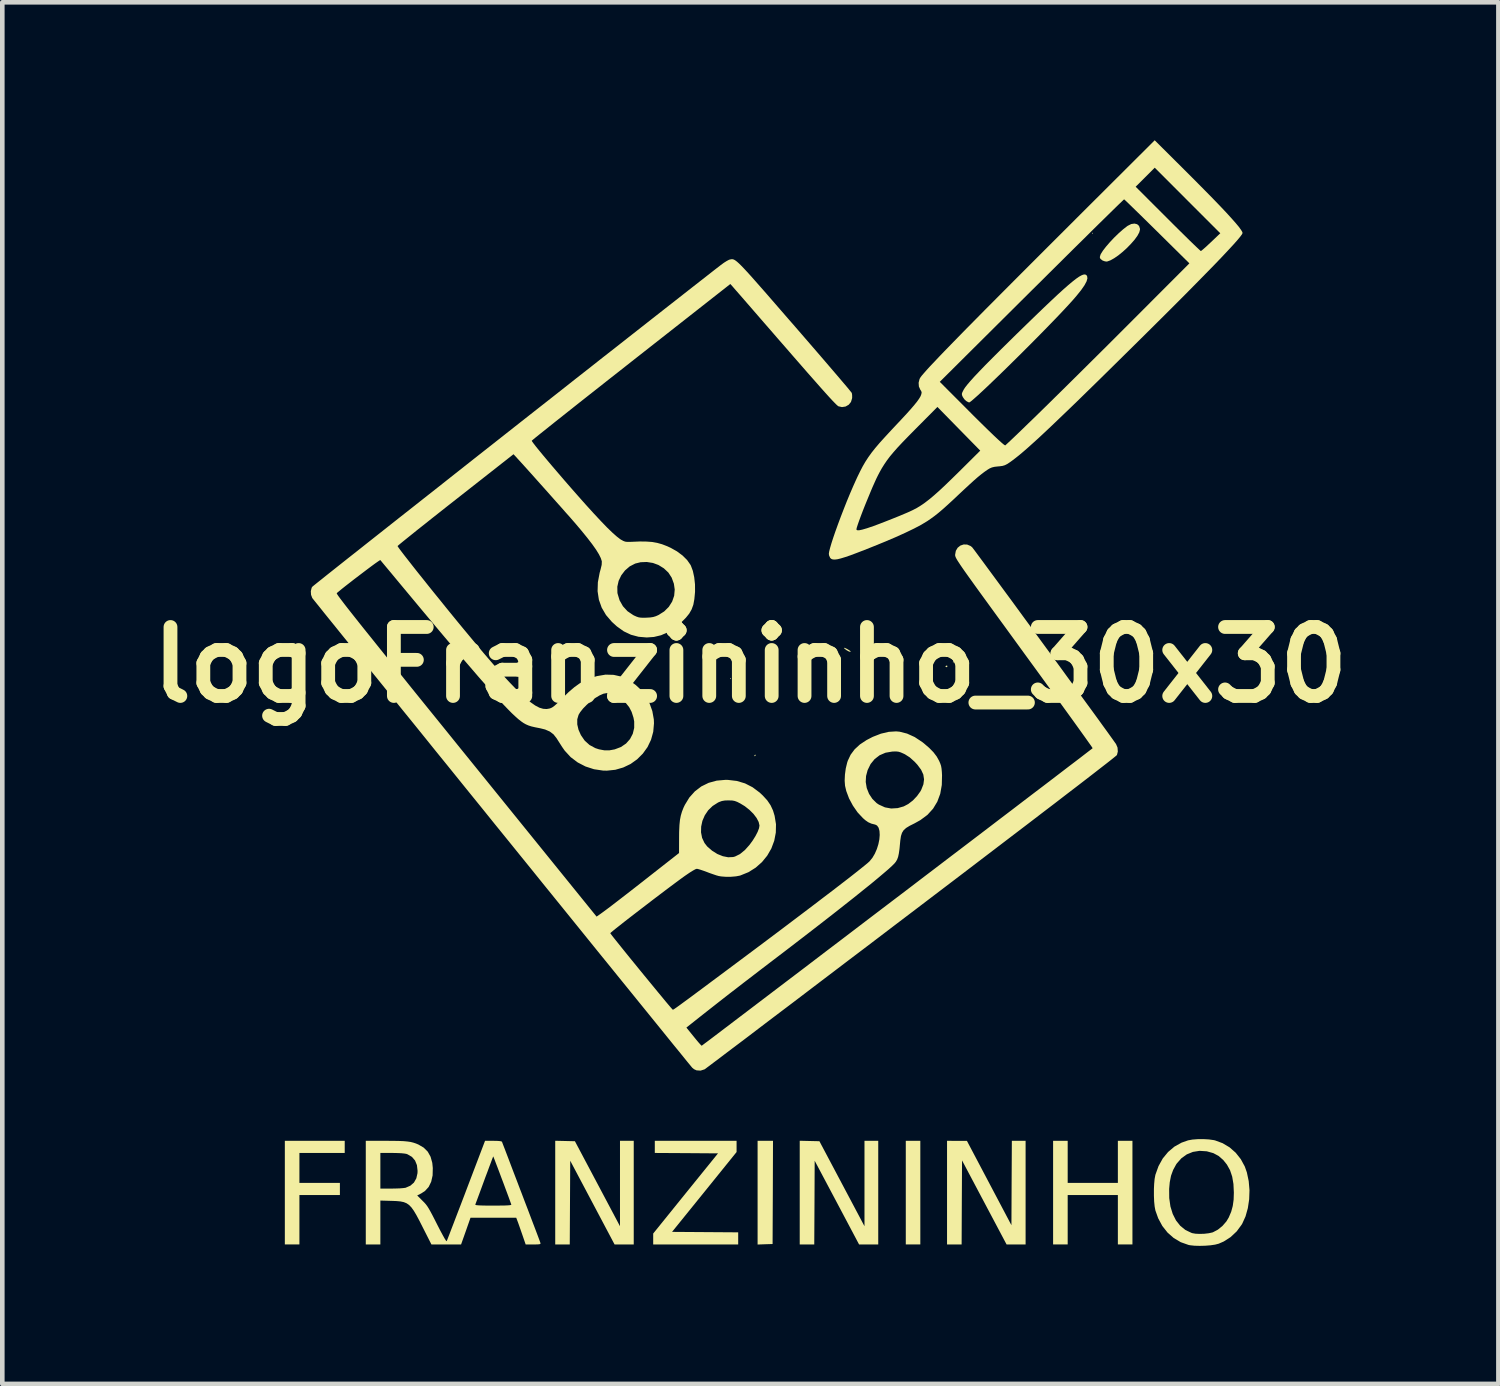
<source format=kicad_pcb>
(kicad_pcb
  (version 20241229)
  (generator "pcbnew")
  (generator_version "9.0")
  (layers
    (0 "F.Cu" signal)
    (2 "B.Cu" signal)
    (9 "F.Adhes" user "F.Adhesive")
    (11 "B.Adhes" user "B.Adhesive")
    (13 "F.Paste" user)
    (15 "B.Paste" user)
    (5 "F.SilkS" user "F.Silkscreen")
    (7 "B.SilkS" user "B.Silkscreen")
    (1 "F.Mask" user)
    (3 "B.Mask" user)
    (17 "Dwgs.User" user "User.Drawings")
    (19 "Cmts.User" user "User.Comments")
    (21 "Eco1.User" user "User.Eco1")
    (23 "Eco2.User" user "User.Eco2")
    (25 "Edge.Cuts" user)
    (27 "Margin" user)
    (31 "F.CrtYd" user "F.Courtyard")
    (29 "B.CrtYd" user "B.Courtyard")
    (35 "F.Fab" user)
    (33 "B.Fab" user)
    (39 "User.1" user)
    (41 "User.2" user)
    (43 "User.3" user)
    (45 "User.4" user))
  (footprint "logoFranzininho_30x30"
    (layer "F.Cu")
    (at 13.264 11.404)
    (property "Reference" "logoFranzininho_30x30" (at 0 0 0) (layer "F.SilkS") (effects (font (size 1.5 1.5) (thickness 0.3))))
    (attr board_only exclude_from_pos_files exclude_from_bom)
    (fp_poly (pts (xy -0.428 0.288) (xy -0.426 0.308) (xy -0.428 0.311) (xy -0.439 0.309) (xy -0.44 0.299) (xy -0.434 0.285)) (stroke (width 0) (type solid)) (fill yes) (layer "F.SilkS"))
    (fp_poly (pts (xy 7.44 -9.394) (xy 7.442 -9.373) (xy 7.44 -9.37) (xy 7.429 -9.373) (xy 7.428 -9.382) (xy 7.435 -9.396)) (stroke (width 0) (type solid)) (fill yes) (layer "F.SilkS"))
    (fp_poly (pts (xy 0.117 1.965) (xy 0.114 1.971) (xy 0.099 1.988) (xy 0.096 1.989) (xy 0.088 1.975) (xy 0.088 1.971) (xy 0.102 1.955) (xy 0.107 1.954)) (stroke (width 0) (type solid)) (fill yes) (layer "F.SilkS"))
    (fp_poly (pts (xy 0.489 11.472) (xy 0.484 12.594) (xy 0.321 12.599) (xy 0.158 12.605) (xy 0.158 11.477) (xy 0.158 10.35) (xy 0.326 10.35) (xy 0.493 10.35)) (stroke (width 0) (type solid)) (fill yes) (layer "F.SilkS"))
    (fp_poly (pts (xy 3.696 11.477) (xy 3.696 12.603) (xy 3.538 12.603) (xy 3.38 12.603) (xy 3.38 11.477) (xy 3.38 10.35) (xy 3.538 10.35) (xy 3.696 10.35)) (stroke (width 0) (type solid)) (fill yes) (layer "F.SilkS"))
    (fp_poly (pts (xy 4.288 0.026) (xy 4.286 0.035) (xy 4.264 0.052) (xy 4.259 0.053) (xy 4.243 0.039) (xy 4.242 0.035) (xy 4.256 0.02) (xy 4.27 0.018)) (stroke (width 0) (type solid)) (fill yes) (layer "F.SilkS"))
    (fp_poly (pts (xy 4.453 -0.07) (xy 4.439 -0.055) (xy 4.427 -0.053) (xy 4.403 -0.057) (xy 4.401 -0.06) (xy 4.414 -0.071) (xy 4.427 -0.077) (xy 4.45 -0.077)) (stroke (width 0) (type solid)) (fill yes) (layer "F.SilkS"))
    (fp_poly (pts (xy 2.066 -0.362) (xy 2.106 -0.343) (xy 2.146 -0.319) (xy 2.175 -0.298) (xy 2.183 -0.289) (xy 2.17 -0.281) (xy 2.137 -0.292) (xy 2.09 -0.318) (xy 2.078 -0.327) (xy 2.046 -0.352) (xy 2.036 -0.368) (xy 2.04 -0.37)) (stroke (width 0) (type solid)) (fill yes) (layer "F.SilkS"))
    (fp_poly (pts (xy -8.819 10.482) (xy -8.819 10.614) (xy -9.312 10.614) (xy -9.804 10.614) (xy -9.804 10.94) (xy -9.804 11.265) (xy -9.364 11.265) (xy -8.924 11.265) (xy -8.924 11.397) (xy -8.924 11.529) (xy -9.364 11.529) (xy -9.804 11.529) (xy -9.804 12.066) (xy -9.804 12.603) (xy -9.963 12.603) (xy -10.121 12.603) (xy -10.121 11.477) (xy -10.121 10.35) (xy -9.47 10.35) (xy -8.819 10.35)) (stroke (width 0) (type solid)) (fill yes) (layer "F.SilkS"))
    (fp_poly (pts (xy -4.028 10.354) (xy -3.814 10.359) (xy -3.324 11.283) (xy -2.834 12.207) (xy -2.834 11.279) (xy -2.834 10.35) (xy -2.684 10.35) (xy -2.535 10.35) (xy -2.535 11.477) (xy -2.535 12.603) (xy -2.743 12.603) (xy -2.952 12.603) (xy -3.434 11.693) (xy -3.916 10.783) (xy -3.921 11.693) (xy -3.926 12.603) (xy -4.084 12.603) (xy -4.242 12.603) (xy -4.242 11.476) (xy -4.242 10.349)) (stroke (width 0) (type solid)) (fill yes) (layer "F.SilkS"))
    (fp_poly (pts (xy -0.299 10.472) (xy -0.299 10.594) (xy -1 11.462) (xy -1.702 12.33) (xy -0.983 12.335) (xy -0.264 12.34) (xy -0.264 12.471) (xy -0.264 12.603) (xy -1.188 12.603) (xy -2.112 12.603) (xy -2.112 12.484) (xy -2.112 12.366) (xy -1.408 11.494) (xy -0.703 10.623) (xy -1.39 10.618) (xy -2.077 10.614) (xy -2.077 10.482) (xy -2.077 10.35) (xy -1.188 10.35) (xy -0.299 10.35)) (stroke (width 0) (type solid)) (fill yes) (layer "F.SilkS"))
    (fp_poly (pts (xy 1.288 10.354) (xy 1.502 10.359) (xy 1.992 11.283) (xy 2.482 12.207) (xy 2.482 11.279) (xy 2.482 10.35) (xy 2.632 10.35) (xy 2.781 10.35) (xy 2.781 11.477) (xy 2.781 12.603) (xy 2.573 12.603) (xy 2.364 12.603) (xy 1.882 11.693) (xy 1.399 10.783) (xy 1.395 11.693) (xy 1.39 12.603) (xy 1.232 12.603) (xy 1.074 12.603) (xy 1.074 11.476) (xy 1.074 10.349)) (stroke (width 0) (type solid)) (fill yes) (layer "F.SilkS"))
    (fp_poly (pts (xy 5.985 11.477) (xy 5.985 12.603) (xy 5.778 12.603) (xy 5.571 12.603) (xy 5.087 11.69) (xy 4.603 10.776) (xy 4.598 11.69) (xy 4.594 12.603) (xy 4.436 12.603) (xy 4.277 12.603) (xy 4.277 11.477) (xy 4.277 10.35) (xy 4.493 10.351) (xy 4.709 10.351) (xy 5.193 11.268) (xy 5.677 12.185) (xy 5.681 11.267) (xy 5.686 10.35) (xy 5.835 10.35) (xy 5.985 10.35)) (stroke (width 0) (type solid)) (fill yes) (layer "F.SilkS"))
    (fp_poly (pts (xy 6.9 10.808) (xy 6.9 11.265) (xy 7.446 11.265) (xy 7.991 11.265) (xy 7.991 10.808) (xy 7.991 10.35) (xy 8.15 10.35) (xy 8.308 10.35) (xy 8.308 11.477) (xy 8.308 12.603) (xy 8.15 12.603) (xy 7.991 12.603) (xy 7.991 12.066) (xy 7.991 11.529) (xy 7.446 11.529) (xy 6.9 11.529) (xy 6.9 12.066) (xy 6.9 12.603) (xy 6.742 12.603) (xy 6.583 12.603) (xy 6.583 11.477) (xy 6.583 10.35) (xy 6.742 10.35) (xy 6.9 10.35)) (stroke (width 0) (type solid)) (fill yes) (layer "F.SilkS"))
    (fp_poly (pts (xy 8.41 -9.579) (xy 8.452 -9.542) (xy 8.471 -9.483) (xy 8.472 -9.461) (xy 8.456 -9.401) (xy 8.416 -9.327) (xy 8.355 -9.243) (xy 8.278 -9.155) (xy 8.191 -9.065) (xy 8.098 -8.98) (xy 8.003 -8.903) (xy 7.912 -8.84) (xy 7.83 -8.794) (xy 7.761 -8.769) (xy 7.736 -8.767) (xy 7.695 -8.776) (xy 7.655 -8.792) (xy 7.612 -8.825) (xy 7.598 -8.863) (xy 7.613 -8.915) (xy 7.621 -8.932) (xy 7.666 -9.004) (xy 7.734 -9.092) (xy 7.817 -9.188) (xy 7.91 -9.287) (xy 8.007 -9.381) (xy 8.103 -9.466) (xy 8.19 -9.534) (xy 8.206 -9.545) (xy 8.282 -9.583) (xy 8.352 -9.593)) (stroke (width 0) (type solid)) (fill yes) (layer "F.SilkS"))
    (fp_poly (pts (xy 7.294 -8.481) (xy 7.313 -8.465) (xy 7.322 -8.451) (xy 7.329 -8.403) (xy 7.311 -8.337) (xy 7.265 -8.251) (xy 7.192 -8.146) (xy 7.092 -8.022) (xy 7.012 -7.929) (xy 6.925 -7.833) (xy 6.822 -7.722) (xy 6.706 -7.599) (xy 6.578 -7.466) (xy 6.442 -7.326) (xy 6.298 -7.179) (xy 6.15 -7.029) (xy 5.999 -6.878) (xy 5.848 -6.727) (xy 5.698 -6.579) (xy 5.552 -6.435) (xy 5.411 -6.298) (xy 5.279 -6.171) (xy 5.157 -6.054) (xy 5.047 -5.951) (xy 4.951 -5.862) (xy 4.872 -5.792) (xy 4.812 -5.74) (xy 4.772 -5.71) (xy 4.757 -5.704) (xy 4.734 -5.712) (xy 4.697 -5.733) (xy 4.695 -5.734) (xy 4.655 -5.771) (xy 4.621 -5.82) (xy 4.618 -5.825) (xy 4.603 -5.861) (xy 4.599 -5.89) (xy 4.609 -5.923) (xy 4.635 -5.974) (xy 4.637 -5.979) (xy 4.667 -6.026) (xy 4.715 -6.088) (xy 4.783 -6.168) (xy 4.871 -6.266) (xy 4.981 -6.382) (xy 5.112 -6.518) (xy 5.267 -6.674) (xy 5.445 -6.852) (xy 5.648 -7.052) (xy 5.782 -7.184) (xy 6.008 -7.404) (xy 6.21 -7.6) (xy 6.39 -7.773) (xy 6.549 -7.924) (xy 6.689 -8.055) (xy 6.811 -8.166) (xy 6.916 -8.258) (xy 7.006 -8.333) (xy 7.081 -8.392) (xy 7.144 -8.436) (xy 7.195 -8.465) (xy 7.236 -8.482) (xy 7.269 -8.487)) (stroke (width 0) (type solid)) (fill yes) (layer "F.SilkS"))
    (fp_poly (pts (xy 9.972 10.32) (xy 10.077 10.335) (xy 10.104 10.341) (xy 10.269 10.402) (xy 10.42 10.492) (xy 10.553 10.609) (xy 10.664 10.749) (xy 10.751 10.909) (xy 10.796 11.037) (xy 10.836 11.227) (xy 10.853 11.424) (xy 10.846 11.622) (xy 10.817 11.814) (xy 10.767 11.993) (xy 10.696 12.15) (xy 10.681 12.175) (xy 10.574 12.32) (xy 10.443 12.443) (xy 10.293 12.539) (xy 10.183 12.587) (xy 10.106 12.607) (xy 10.004 12.622) (xy 9.888 12.631) (xy 9.77 12.634) (xy 9.658 12.631) (xy 9.564 12.621) (xy 9.528 12.614) (xy 9.358 12.554) (xy 9.205 12.463) (xy 9.071 12.345) (xy 8.958 12.202) (xy 8.868 12.035) (xy 8.807 11.864) (xy 8.791 11.779) (xy 8.78 11.67) (xy 8.775 11.545) (xy 8.775 11.415) (xy 8.775 11.397) (xy 9.106 11.397) (xy 9.108 11.596) (xy 9.134 11.778) (xy 9.184 11.94) (xy 9.255 12.081) (xy 9.348 12.198) (xy 9.46 12.289) (xy 9.59 12.351) (xy 9.611 12.358) (xy 9.68 12.37) (xy 9.771 12.374) (xy 9.87 12.371) (xy 9.966 12.36) (xy 10.044 12.343) (xy 10.059 12.338) (xy 10.165 12.282) (xy 10.265 12.201) (xy 10.351 12.102) (xy 10.402 12.017) (xy 10.455 11.892) (xy 10.489 11.767) (xy 10.508 11.631) (xy 10.513 11.477) (xy 10.504 11.289) (xy 10.477 11.129) (xy 10.43 10.989) (xy 10.362 10.867) (xy 10.283 10.768) (xy 10.181 10.679) (xy 10.067 10.618) (xy 9.931 10.58) (xy 9.921 10.578) (xy 9.768 10.568) (xy 9.623 10.591) (xy 9.49 10.645) (xy 9.372 10.73) (xy 9.272 10.843) (xy 9.258 10.864) (xy 9.193 10.983) (xy 9.147 11.109) (xy 9.119 11.252) (xy 9.106 11.397) (xy 8.775 11.397) (xy 8.78 11.29) (xy 8.79 11.18) (xy 8.806 11.094) (xy 8.807 11.089) (xy 8.875 10.9) (xy 8.967 10.734) (xy 9.083 10.593) (xy 9.22 10.477) (xy 9.376 10.39) (xy 9.518 10.34) (xy 9.612 10.323) (xy 9.727 10.314) (xy 9.852 10.313)) (stroke (width 0) (type solid)) (fill yes) (layer "F.SilkS"))
    (fp_poly (pts (xy -7.773 10.351) (xy -7.645 10.353) (xy -7.541 10.357) (xy -7.456 10.365) (xy -7.386 10.375) (xy -7.326 10.39) (xy -7.269 10.409) (xy -7.215 10.432) (xy -7.101 10.499) (xy -7.013 10.587) (xy -6.952 10.697) (xy -6.915 10.83) (xy -6.904 10.942) (xy -6.908 11.103) (xy -6.939 11.24) (xy -6.994 11.353) (xy -7.075 11.442) (xy -7.156 11.494) (xy -7.243 11.538) (xy -7.128 11.653) (xy -7.09 11.691) (xy -7.057 11.728) (xy -7.026 11.769) (xy -6.994 11.819) (xy -6.958 11.882) (xy -6.914 11.964) (xy -6.86 12.069) (xy -6.813 12.162) (xy -6.745 12.295) (xy -6.689 12.399) (xy -6.647 12.474) (xy -6.618 12.519) (xy -6.603 12.532) (xy -6.601 12.531) (xy -6.593 12.511) (xy -6.573 12.46) (xy -6.543 12.383) (xy -6.504 12.28) (xy -6.456 12.156) (xy -6.402 12.014) (xy -6.341 11.855) (xy -6.295 11.736) (xy -5.98 11.736) (xy -5.976 11.743) (xy -5.955 11.749) (xy -5.914 11.753) (xy -5.849 11.756) (xy -5.757 11.758) (xy -5.634 11.758) (xy -5.589 11.758) (xy -5.455 11.758) (xy -5.353 11.757) (xy -5.28 11.754) (xy -5.231 11.75) (xy -5.205 11.745) (xy -5.196 11.738) (xy -5.197 11.736) (xy -5.221 11.669) (xy -5.252 11.583) (xy -5.289 11.483) (xy -5.33 11.373) (xy -5.373 11.257) (xy -5.417 11.141) (xy -5.459 11.028) (xy -5.498 10.925) (xy -5.533 10.834) (xy -5.56 10.762) (xy -5.58 10.712) (xy -5.589 10.69) (xy -5.59 10.689) (xy -5.597 10.706) (xy -5.615 10.752) (xy -5.641 10.823) (xy -5.676 10.915) (xy -5.716 11.024) (xy -5.762 11.145) (xy -5.783 11.203) (xy -5.83 11.331) (xy -5.873 11.448) (xy -5.911 11.551) (xy -5.942 11.635) (xy -5.965 11.696) (xy -5.978 11.731) (xy -5.98 11.736) (xy -6.295 11.736) (xy -6.275 11.683) (xy -6.205 11.5) (xy -6.178 11.428) (xy -5.768 10.35) (xy -5.588 10.35) (xy -5.496 10.352) (xy -5.437 10.357) (xy -5.405 10.366) (xy -5.399 10.372) (xy -5.392 10.392) (xy -5.373 10.442) (xy -5.343 10.519) (xy -5.304 10.621) (xy -5.257 10.744) (xy -5.203 10.887) (xy -5.143 11.045) (xy -5.077 11.217) (xy -5.008 11.399) (xy -4.981 11.468) (xy -4.911 11.653) (xy -4.843 11.83) (xy -4.781 11.994) (xy -4.724 12.144) (xy -4.674 12.275) (xy -4.632 12.386) (xy -4.599 12.474) (xy -4.576 12.536) (xy -4.565 12.568) (xy -4.563 12.572) (xy -4.563 12.587) (xy -4.574 12.596) (xy -4.604 12.601) (xy -4.658 12.603) (xy -4.72 12.603) (xy -4.885 12.603) (xy -4.953 12.405) (xy -4.984 12.316) (xy -5.014 12.23) (xy -5.04 12.156) (xy -5.055 12.115) (xy -5.09 12.022) (xy -5.587 12.022) (xy -6.084 12.022) (xy -6.186 12.313) (xy -6.289 12.603) (xy -6.612 12.603) (xy -6.934 12.603) (xy -7.119 12.238) (xy -7.195 12.088) (xy -7.259 11.968) (xy -7.316 11.872) (xy -7.368 11.799) (xy -7.42 11.745) (xy -7.474 11.708) (xy -7.535 11.683) (xy -7.607 11.668) (xy -7.692 11.66) (xy -7.796 11.656) (xy -7.802 11.656) (xy -8.044 11.649) (xy -8.044 12.126) (xy -8.044 12.603) (xy -8.203 12.603) (xy -8.361 12.603) (xy -8.361 11.477) (xy -8.361 10.614) (xy -8.044 10.614) (xy -8.044 11.001) (xy -8.044 11.389) (xy -7.802 11.389) (xy -7.707 11.387) (xy -7.62 11.384) (xy -7.548 11.378) (xy -7.502 11.372) (xy -7.496 11.371) (xy -7.392 11.326) (xy -7.314 11.258) (xy -7.262 11.166) (xy -7.237 11.054) (xy -7.235 11.002) (xy -7.249 10.879) (xy -7.29 10.778) (xy -7.357 10.7) (xy -7.452 10.644) (xy -7.479 10.634) (xy -7.52 10.627) (xy -7.587 10.62) (xy -7.674 10.616) (xy -7.772 10.614) (xy -7.792 10.614) (xy -8.044 10.614) (xy -8.361 10.614) (xy -8.361 10.35) (xy -7.932 10.35)) (stroke (width 0) (type solid)) (fill yes) (layer "F.SilkS"))
    (fp_poly (pts (xy 9.423 -10.776) (xy 9.658 -10.541) (xy 9.867 -10.33) (xy 10.052 -10.142) (xy 10.212 -9.976) (xy 10.349 -9.831) (xy 10.462 -9.707) (xy 10.553 -9.604) (xy 10.622 -9.521) (xy 10.669 -9.456) (xy 10.696 -9.411) (xy 10.702 -9.387) (xy 10.689 -9.359) (xy 10.651 -9.307) (xy 10.588 -9.231) (xy 10.5 -9.132) (xy 10.387 -9.01) (xy 10.25 -8.864) (xy 10.089 -8.696) (xy 9.903 -8.506) (xy 9.694 -8.293) (xy 9.462 -8.058) (xy 9.206 -7.801) (xy 8.927 -7.523) (xy 8.625 -7.223) (xy 8.432 -7.032) (xy 8.121 -6.725) (xy 7.834 -6.442) (xy 7.57 -6.182) (xy 7.326 -5.944) (xy 7.104 -5.727) (xy 6.9 -5.53) (xy 6.715 -5.353) (xy 6.548 -5.193) (xy 6.396 -5.05) (xy 6.26 -4.923) (xy 6.137 -4.812) (xy 6.028 -4.714) (xy 5.93 -4.629) (xy 5.843 -4.556) (xy 5.766 -4.495) (xy 5.698 -4.443) (xy 5.647 -4.406) (xy 5.583 -4.364) (xy 5.533 -4.339) (xy 5.482 -4.324) (xy 5.415 -4.315) (xy 5.387 -4.313) (xy 5.308 -4.304) (xy 5.251 -4.29) (xy 5.201 -4.268) (xy 5.152 -4.238) (xy 5.089 -4.194) (xy 5.021 -4.142) (xy 4.946 -4.081) (xy 4.86 -4.006) (xy 4.759 -3.914) (xy 4.639 -3.803) (xy 4.545 -3.715) (xy 4.404 -3.582) (xy 4.283 -3.471) (xy 4.179 -3.378) (xy 4.087 -3.3) (xy 4.002 -3.233) (xy 3.922 -3.175) (xy 3.842 -3.12) (xy 3.841 -3.12) (xy 3.717 -3.045) (xy 3.56 -2.962) (xy 3.371 -2.871) (xy 3.15 -2.771) (xy 2.897 -2.664) (xy 2.676 -2.574) (xy 2.48 -2.496) (xy 2.314 -2.432) (xy 2.176 -2.38) (xy 2.061 -2.341) (xy 1.969 -2.313) (xy 1.896 -2.295) (xy 1.839 -2.288) (xy 1.796 -2.29) (xy 1.764 -2.3) (xy 1.741 -2.319) (xy 1.735 -2.327) (xy 1.713 -2.375) (xy 1.707 -2.412) (xy 1.714 -2.462) (xy 1.734 -2.541) (xy 1.764 -2.644) (xy 1.804 -2.767) (xy 1.852 -2.907) (xy 1.865 -2.942) (xy 2.306 -2.942) (xy 2.32 -2.926) (xy 2.363 -2.924) (xy 2.435 -2.939) (xy 2.538 -2.969) (xy 2.576 -2.982) (xy 2.679 -3.017) (xy 2.805 -3.064) (xy 2.947 -3.119) (xy 3.096 -3.178) (xy 3.245 -3.238) (xy 3.385 -3.297) (xy 3.441 -3.321) (xy 3.531 -3.363) (xy 3.619 -3.409) (xy 3.706 -3.462) (xy 3.796 -3.524) (xy 3.892 -3.598) (xy 3.997 -3.686) (xy 4.115 -3.791) (xy 4.247 -3.915) (xy 4.397 -4.06) (xy 4.546 -4.206) (xy 4.999 -4.656) (xy 4.533 -5.131) (xy 4.068 -5.606) (xy 3.587 -5.122) (xy 3.438 -4.971) (xy 3.311 -4.84) (xy 3.204 -4.726) (xy 3.114 -4.624) (xy 3.037 -4.532) (xy 2.972 -4.446) (xy 2.914 -4.361) (xy 2.86 -4.275) (xy 2.809 -4.184) (xy 2.775 -4.119) (xy 2.739 -4.046) (xy 2.697 -3.953) (xy 2.649 -3.845) (xy 2.599 -3.725) (xy 2.547 -3.599) (xy 2.495 -3.472) (xy 2.446 -3.348) (xy 2.402 -3.232) (xy 2.364 -3.129) (xy 2.334 -3.043) (xy 2.314 -2.98) (xy 2.306 -2.944) (xy 2.306 -2.942) (xy 1.865 -2.942) (xy 1.907 -3.059) (xy 1.967 -3.22) (xy 2.031 -3.385) (xy 2.096 -3.55) (xy 2.163 -3.712) (xy 2.229 -3.866) (xy 2.293 -4.009) (xy 2.328 -4.085) (xy 2.387 -4.206) (xy 2.443 -4.314) (xy 2.501 -4.414) (xy 2.564 -4.511) (xy 2.634 -4.609) (xy 2.715 -4.711) (xy 2.81 -4.823) (xy 2.923 -4.948) (xy 3.055 -5.091) (xy 3.144 -5.186) (xy 3.283 -5.334) (xy 3.399 -5.459) (xy 3.493 -5.564) (xy 3.568 -5.652) (xy 3.626 -5.724) (xy 3.668 -5.783) (xy 3.697 -5.831) (xy 3.714 -5.871) (xy 3.714 -5.871) (xy 3.725 -5.916) (xy 3.716 -5.951) (xy 3.695 -5.982) (xy 3.665 -6.05) (xy 3.659 -6.131) (xy 3.664 -6.152) (xy 4.119 -6.152) (xy 4.669 -5.601) (xy 4.855 -5.414) (xy 5.02 -5.251) (xy 5.163 -5.111) (xy 5.284 -4.994) (xy 5.383 -4.901) (xy 5.458 -4.833) (xy 5.51 -4.789) (xy 5.538 -4.771) (xy 5.542 -4.77) (xy 5.556 -4.782) (xy 5.594 -4.817) (xy 5.653 -4.872) (xy 5.73 -4.945) (xy 5.823 -5.034) (xy 5.931 -5.138) (xy 6.05 -5.254) (xy 6.18 -5.379) (xy 6.316 -5.512) (xy 6.329 -5.525) (xy 6.461 -5.654) (xy 6.613 -5.804) (xy 6.784 -5.972) (xy 6.969 -6.155) (xy 7.165 -6.349) (xy 7.369 -6.552) (xy 7.577 -6.758) (xy 7.786 -6.966) (xy 7.992 -7.172) (xy 8.192 -7.372) (xy 8.324 -7.504) (xy 9.546 -8.728) (xy 8.844 -9.422) (xy 8.713 -9.551) (xy 8.59 -9.672) (xy 8.477 -9.783) (xy 8.375 -9.882) (xy 8.288 -9.967) (xy 8.217 -10.036) (xy 8.166 -10.085) (xy 8.135 -10.113) (xy 8.127 -10.12) (xy 8.113 -10.108) (xy 8.076 -10.072) (xy 8.016 -10.015) (xy 7.935 -9.936) (xy 7.835 -9.838) (xy 7.717 -9.722) (xy 7.581 -9.589) (xy 7.43 -9.44) (xy 7.265 -9.276) (xy 7.086 -9.1) (xy 6.896 -8.912) (xy 6.696 -8.713) (xy 6.487 -8.506) (xy 6.27 -8.29) (xy 6.116 -8.138) (xy 4.119 -6.152) (xy 3.664 -6.152) (xy 3.678 -6.21) (xy 3.686 -6.227) (xy 3.702 -6.253) (xy 3.732 -6.292) (xy 3.776 -6.343) (xy 3.834 -6.409) (xy 3.907 -6.489) (xy 3.996 -6.583) (xy 4.101 -6.694) (xy 4.223 -6.821) (xy 4.363 -6.965) (xy 4.521 -7.127) (xy 4.697 -7.307) (xy 4.894 -7.506) (xy 5.11 -7.725) (xy 5.347 -7.963) (xy 5.606 -8.223) (xy 5.886 -8.504) (xy 6.19 -8.808) (xy 6.516 -9.134) (xy 6.867 -9.484) (xy 7.182 -9.799) (xy 7.779 -10.394) (xy 8.378 -10.394) (xy 9.078 -9.695) (xy 9.208 -9.565) (xy 9.331 -9.443) (xy 9.444 -9.332) (xy 9.545 -9.232) (xy 9.633 -9.147) (xy 9.704 -9.079) (xy 9.756 -9.03) (xy 9.787 -9.002) (xy 9.796 -8.996) (xy 9.814 -9.008) (xy 9.852 -9.04) (xy 9.907 -9.088) (xy 9.972 -9.149) (xy 10.015 -9.189) (xy 10.218 -9.382) (xy 9.505 -10.095) (xy 8.793 -10.808) (xy 8.586 -10.601) (xy 8.378 -10.394) (xy 7.779 -10.394) (xy 8.792 -11.404)) (stroke (width 0) (type solid)) (fill yes) (layer "F.SilkS"))
    (fp_poly (pts (xy -0.369 -8.814) (xy -0.346 -8.804) (xy -0.319 -8.787) (xy -0.287 -8.762) (xy -0.248 -8.727) (xy -0.201 -8.681) (xy -0.143 -8.621) (xy -0.075 -8.548) (xy 0.006 -8.459) (xy 0.1 -8.353) (xy 0.21 -8.228) (xy 0.337 -8.084) (xy 0.481 -7.918) (xy 0.645 -7.729) (xy 0.83 -7.516) (xy 0.961 -7.366) (xy 1.128 -7.173) (xy 1.288 -6.988) (xy 1.441 -6.811) (xy 1.584 -6.645) (xy 1.716 -6.491) (xy 1.836 -6.351) (xy 1.941 -6.228) (xy 2.031 -6.122) (xy 2.105 -6.035) (xy 2.159 -5.969) (xy 2.193 -5.927) (xy 2.206 -5.91) (xy 2.213 -5.868) (xy 2.214 -5.811) (xy 2.212 -5.792) (xy 2.188 -5.714) (xy 2.139 -5.654) (xy 2.071 -5.615) (xy 1.993 -5.603) (xy 1.916 -5.62) (xy 1.899 -5.632) (xy 1.871 -5.657) (xy 1.83 -5.698) (xy 1.776 -5.754) (xy 1.708 -5.828) (xy 1.624 -5.921) (xy 1.523 -6.034) (xy 1.405 -6.168) (xy 1.268 -6.323) (xy 1.111 -6.503) (xy 0.934 -6.706) (xy 0.756 -6.911) (xy 0.597 -7.093) (xy 0.445 -7.269) (xy 0.3 -7.435) (xy 0.164 -7.592) (xy 0.04 -7.735) (xy -0.072 -7.864) (xy -0.17 -7.977) (xy -0.252 -8.071) (xy -0.317 -8.145) (xy -0.362 -8.197) (xy -0.386 -8.225) (xy -0.389 -8.228) (xy -0.435 -8.279) (xy -2.594 -6.584) (xy -2.836 -6.393) (xy -3.071 -6.209) (xy -3.296 -6.031) (xy -3.511 -5.862) (xy -3.714 -5.702) (xy -3.903 -5.552) (xy -4.077 -5.414) (xy -4.235 -5.289) (xy -4.374 -5.178) (xy -4.494 -5.082) (xy -4.593 -5.003) (xy -4.67 -4.941) (xy -4.722 -4.898) (xy -4.749 -4.875) (xy -4.753 -4.872) (xy -4.741 -4.85) (xy -4.708 -4.805) (xy -4.656 -4.738) (xy -4.586 -4.652) (xy -4.501 -4.549) (xy -4.402 -4.431) (xy -4.292 -4.301) (xy -4.172 -4.161) (xy -4.045 -4.013) (xy -3.912 -3.86) (xy -3.775 -3.704) (xy -3.637 -3.548) (xy -3.581 -3.485) (xy -3.404 -3.29) (xy -3.248 -3.123) (xy -3.113 -2.983) (xy -2.998 -2.872) (xy -2.903 -2.788) (xy -2.829 -2.731) (xy -2.808 -2.718) (xy -2.762 -2.693) (xy -2.723 -2.678) (xy -2.679 -2.672) (xy -2.62 -2.672) (xy -2.57 -2.674) (xy -2.4 -2.681) (xy -2.257 -2.679) (xy -2.133 -2.67) (xy -2.023 -2.65) (xy -1.917 -2.62) (xy -1.808 -2.578) (xy -1.73 -2.542) (xy -1.595 -2.466) (xy -1.474 -2.376) (xy -1.375 -2.278) (xy -1.304 -2.177) (xy -1.293 -2.157) (xy -1.25 -2.042) (xy -1.22 -1.903) (xy -1.203 -1.75) (xy -1.202 -1.593) (xy -1.203 -1.575) (xy -1.217 -1.428) (xy -1.239 -1.307) (xy -1.276 -1.205) (xy -1.329 -1.112) (xy -1.403 -1.021) (xy -1.493 -0.931) (xy -1.645 -0.803) (xy -1.793 -0.707) (xy -1.942 -0.642) (xy -2.097 -0.605) (xy -2.253 -0.594) (xy -2.43 -0.609) (xy -2.595 -0.653) (xy -2.751 -0.727) (xy -2.901 -0.834) (xy -3.01 -0.933) (xy -3.138 -1.082) (xy -3.232 -1.243) (xy -3.293 -1.415) (xy -3.321 -1.599) (xy -3.318 -1.698) (xy -2.892 -1.698) (xy -2.89 -1.569) (xy -2.887 -1.548) (xy -2.843 -1.402) (xy -2.77 -1.273) (xy -2.671 -1.165) (xy -2.549 -1.082) (xy -2.528 -1.071) (xy -2.472 -1.046) (xy -2.426 -1.031) (xy -2.376 -1.024) (xy -2.311 -1.023) (xy -2.262 -1.024) (xy -2.176 -1.029) (xy -2.111 -1.039) (xy -2.055 -1.056) (xy -1.999 -1.081) (xy -1.873 -1.16) (xy -1.773 -1.259) (xy -1.7 -1.374) (xy -1.656 -1.501) (xy -1.644 -1.636) (xy -1.662 -1.762) (xy -1.71 -1.894) (xy -1.782 -2.005) (xy -1.88 -2.097) (xy -1.998 -2.17) (xy -2.118 -2.214) (xy -2.251 -2.235) (xy -2.385 -2.23) (xy -2.503 -2.201) (xy -2.623 -2.139) (xy -2.725 -2.051) (xy -2.806 -1.945) (xy -2.863 -1.826) (xy -2.892 -1.698) (xy -3.318 -1.698) (xy -3.315 -1.794) (xy -3.276 -2.001) (xy -3.255 -2.077) (xy -3.232 -2.173) (xy -3.229 -2.246) (xy -3.23 -2.253) (xy -3.251 -2.319) (xy -3.292 -2.402) (xy -3.354 -2.503) (xy -3.439 -2.623) (xy -3.547 -2.763) (xy -3.679 -2.925) (xy -3.803 -3.072) (xy -3.853 -3.129) (xy -3.923 -3.21) (xy -4.011 -3.308) (xy -4.111 -3.422) (xy -4.222 -3.546) (xy -4.339 -3.678) (xy -4.459 -3.813) (xy -4.58 -3.948) (xy -4.696 -4.078) (xy -4.806 -4.201) (xy -4.906 -4.312) (xy -4.992 -4.407) (xy -5.061 -4.482) (xy -5.063 -4.485) (xy -5.149 -4.578) (xy -6.407 -3.59) (xy -6.592 -3.445) (xy -6.768 -3.306) (xy -6.934 -3.175) (xy -7.088 -3.052) (xy -7.229 -2.941) (xy -7.353 -2.841) (xy -7.46 -2.755) (xy -7.547 -2.685) (xy -7.613 -2.631) (xy -7.654 -2.596) (xy -7.67 -2.582) (xy -7.67 -2.581) (xy -7.66 -2.564) (xy -7.63 -2.521) (xy -7.581 -2.456) (xy -7.516 -2.371) (xy -7.435 -2.268) (xy -7.342 -2.149) (xy -7.238 -2.017) (xy -7.124 -1.875) (xy -7.003 -1.723) (xy -6.877 -1.566) (xy -6.746 -1.405) (xy -6.615 -1.242) (xy -6.483 -1.08) (xy -6.353 -0.921) (xy -6.227 -0.768) (xy -6.181 -0.713) (xy -5.98 -0.471) (xy -5.799 -0.255) (xy -5.635 -0.064) (xy -5.487 0.106) (xy -5.353 0.255) (xy -5.231 0.386) (xy -5.12 0.501) (xy -5.022 0.598) (xy -4.89 0.721) (xy -4.776 0.816) (xy -4.676 0.886) (xy -4.586 0.933) (xy -4.505 0.957) (xy -4.429 0.962) (xy -4.365 0.951) (xy -4.331 0.939) (xy -4.295 0.919) (xy -4.253 0.887) (xy -4.2 0.839) (xy -4.131 0.772) (xy -4.084 0.724) (xy -3.949 0.592) (xy -3.826 0.487) (xy -3.709 0.403) (xy -3.592 0.338) (xy -3.468 0.287) (xy -3.331 0.245) (xy -3.328 0.245) (xy -3.147 0.214) (xy -2.972 0.219) (xy -2.804 0.257) (xy -2.645 0.33) (xy -2.493 0.438) (xy -2.401 0.523) (xy -2.285 0.667) (xy -2.194 0.83) (xy -2.131 1.006) (xy -2.098 1.189) (xy -2.095 1.273) (xy -2.111 1.457) (xy -2.159 1.63) (xy -2.235 1.789) (xy -2.337 1.931) (xy -2.461 2.055) (xy -2.604 2.157) (xy -2.763 2.233) (xy -2.936 2.283) (xy -3.119 2.302) (xy -3.204 2.3) (xy -3.399 2.271) (xy -3.584 2.211) (xy -3.754 2.123) (xy -3.906 2.008) (xy -4.035 1.868) (xy -4.089 1.791) (xy -4.135 1.719) (xy -4.185 1.641) (xy -4.215 1.594) (xy -4.28 1.512) (xy -4.361 1.451) (xy -4.462 1.407) (xy -4.571 1.38) (xy -4.678 1.359) (xy -4.76 1.34) (xy -4.822 1.32) (xy -4.875 1.297) (xy -4.878 1.296) (xy -3.763 1.296) (xy -3.736 1.412) (xy -3.684 1.529) (xy -3.607 1.641) (xy -3.599 1.651) (xy -3.496 1.744) (xy -3.37 1.812) (xy -3.291 1.838) (xy -3.173 1.86) (xy -3.063 1.86) (xy -2.948 1.839) (xy -2.814 1.788) (xy -2.702 1.712) (xy -2.616 1.615) (xy -2.556 1.5) (xy -2.525 1.372) (xy -2.525 1.233) (xy -2.541 1.148) (xy -2.581 1.024) (xy -2.634 0.922) (xy -2.705 0.833) (xy -2.721 0.816) (xy -2.791 0.758) (xy -2.876 0.704) (xy -2.966 0.659) (xy -3.052 0.628) (xy -3.123 0.616) (xy -3.125 0.616) (xy -3.194 0.629) (xy -3.278 0.666) (xy -3.37 0.721) (xy -3.465 0.79) (xy -3.555 0.868) (xy -3.636 0.95) (xy -3.7 1.031) (xy -3.734 1.087) (xy -3.763 1.185) (xy -3.763 1.296) (xy -4.878 1.296) (xy -4.926 1.269) (xy -4.937 1.262) (xy -4.986 1.228) (xy -5.043 1.183) (xy -5.108 1.125) (xy -5.184 1.054) (xy -5.269 0.968) (xy -5.367 0.866) (xy -5.476 0.749) (xy -5.599 0.614) (xy -5.735 0.46) (xy -5.887 0.288) (xy -6.053 0.095) (xy -6.237 -0.119) (xy -6.438 -0.355) (xy -6.656 -0.613) (xy -6.894 -0.896) (xy -7.152 -1.204) (xy -7.43 -1.538) (xy -7.63 -1.778) (xy -7.723 -1.89) (xy -7.809 -1.994) (xy -7.886 -2.086) (xy -7.951 -2.164) (xy -8.001 -2.224) (xy -8.033 -2.263) (xy -8.045 -2.277) (xy -8.061 -2.269) (xy -8.1 -2.243) (xy -8.16 -2.201) (xy -8.235 -2.146) (xy -8.322 -2.081) (xy -8.417 -2.009) (xy -8.517 -1.933) (xy -8.617 -1.857) (xy -8.713 -1.782) (xy -8.802 -1.713) (xy -8.88 -1.651) (xy -8.942 -1.6) (xy -8.985 -1.564) (xy -8.992 -1.557) (xy -8.992 -1.551) (xy -8.985 -1.537) (xy -8.97 -1.514) (xy -8.948 -1.482) (xy -8.916 -1.439) (xy -8.875 -1.385) (xy -8.824 -1.318) (xy -8.761 -1.237) (xy -8.687 -1.143) (xy -8.6 -1.033) (xy -8.501 -0.908) (xy -8.387 -0.765) (xy -8.258 -0.605) (xy -8.115 -0.426) (xy -7.955 -0.227) (xy -7.778 -0.008) (xy -7.584 0.232) (xy -7.372 0.496) (xy -7.141 0.782) (xy -6.89 1.092) (xy -6.618 1.428) (xy -6.326 1.79) (xy -6.18 1.97) (xy -3.343 5.475) (xy -3.269 5.424) (xy -3.208 5.38) (xy -3.12 5.315) (xy -3.006 5.229) (xy -2.867 5.122) (xy -2.704 4.996) (xy -2.516 4.85) (xy -2.305 4.685) (xy -2.133 4.55) (xy -1.55 4.093) (xy -1.549 3.767) (xy -1.548 3.643) (xy -1.072 3.643) (xy -1.049 3.763) (xy -0.997 3.874) (xy -0.938 3.95) (xy -0.832 4.042) (xy -0.717 4.114) (xy -0.598 4.162) (xy -0.482 4.185) (xy -0.374 4.18) (xy -0.333 4.169) (xy -0.226 4.116) (xy -0.118 4.028) (xy -0.018 3.916) (xy 0.052 3.82) (xy 0.112 3.724) (xy 0.159 3.633) (xy 0.189 3.554) (xy 0.199 3.495) (xy 0.199 3.495) (xy 0.181 3.417) (xy 0.136 3.331) (xy 0.068 3.241) (xy -0.019 3.155) (xy -0.12 3.075) (xy -0.217 3.016) (xy -0.285 2.981) (xy -0.339 2.961) (xy -0.391 2.951) (xy -0.457 2.949) (xy -0.475 2.948) (xy -0.556 2.951) (xy -0.619 2.962) (xy -0.679 2.984) (xy -0.704 2.996) (xy -0.82 3.07) (xy -0.916 3.163) (xy -0.99 3.273) (xy -1.042 3.393) (xy -1.069 3.518) (xy -1.072 3.643) (xy -1.548 3.643) (xy -1.547 3.61) (xy -1.541 3.481) (xy -1.53 3.374) (xy -1.512 3.281) (xy -1.487 3.195) (xy -1.454 3.11) (xy -1.424 3.047) (xy -1.326 2.886) (xy -1.206 2.752) (xy -1.066 2.645) (xy -0.907 2.567) (xy -0.732 2.519) (xy -0.542 2.502) (xy -0.485 2.503) (xy -0.292 2.526) (xy -0.115 2.579) (xy 0.049 2.663) (xy 0.204 2.779) (xy 0.272 2.843) (xy 0.369 2.949) (xy 0.44 3.054) (xy 0.493 3.168) (xy 0.528 3.284) (xy 0.558 3.467) (xy 0.554 3.649) (xy 0.52 3.825) (xy 0.457 3.994) (xy 0.367 4.15) (xy 0.253 4.29) (xy 0.116 4.411) (xy -0.04 4.509) (xy -0.215 4.58) (xy -0.228 4.584) (xy -0.312 4.6) (xy -0.417 4.609) (xy -0.528 4.61) (xy -0.632 4.602) (xy -0.686 4.593) (xy -0.737 4.579) (xy -0.808 4.555) (xy -0.891 4.526) (xy -0.945 4.505) (xy -1.022 4.477) (xy -1.091 4.454) (xy -1.143 4.439) (xy -1.166 4.436) (xy -1.196 4.446) (xy -1.25 4.476) (xy -1.322 4.521) (xy -1.41 4.581) (xy -1.444 4.605) (xy -1.524 4.663) (xy -1.62 4.734) (xy -1.73 4.816) (xy -1.85 4.906) (xy -1.978 5.003) (xy -2.11 5.103) (xy -2.244 5.206) (xy -2.377 5.308) (xy -2.506 5.407) (xy -2.628 5.501) (xy -2.74 5.588) (xy -2.838 5.666) (xy -2.921 5.731) (xy -2.985 5.783) (xy -3.027 5.818) (xy -3.045 5.835) (xy -3.045 5.836) (xy -3.034 5.852) (xy -3.004 5.892) (xy -2.955 5.954) (xy -2.891 6.034) (xy -2.814 6.13) (xy -2.727 6.238) (xy -2.631 6.357) (xy -2.529 6.482) (xy -2.424 6.611) (xy -2.317 6.742) (xy -2.211 6.871) (xy -2.109 6.995) (xy -2.013 7.112) (xy -1.924 7.219) (xy -1.847 7.313) (xy -1.782 7.39) (xy -1.732 7.449) (xy -1.699 7.486) (xy -1.687 7.499) (xy -1.682 7.498) (xy -1.677 7.497) (xy -1.668 7.493) (xy -1.655 7.485) (xy -1.635 7.471) (xy -1.606 7.451) (xy -1.567 7.423) (xy -1.516 7.386) (xy -1.451 7.338) (xy -1.37 7.279) (xy -1.271 7.206) (xy -1.153 7.118) (xy -1.014 7.015) (xy -0.852 6.894) (xy -0.665 6.755) (xy -0.484 6.62) (xy -0.189 6.4) (xy 0.099 6.185) (xy 0.378 5.976) (xy 0.647 5.774) (xy 0.905 5.579) (xy 1.15 5.394) (xy 1.381 5.219) (xy 1.596 5.055) (xy 1.795 4.904) (xy 1.975 4.765) (xy 2.135 4.642) (xy 2.274 4.533) (xy 2.39 4.441) (xy 2.482 4.367) (xy 2.549 4.312) (xy 2.589 4.276) (xy 2.591 4.274) (xy 2.654 4.197) (xy 2.707 4.107) (xy 2.751 4.006) (xy 2.784 3.901) (xy 2.805 3.798) (xy 2.813 3.7) (xy 2.808 3.613) (xy 2.789 3.543) (xy 2.755 3.495) (xy 2.716 3.475) (xy 2.63 3.453) (xy 2.563 3.423) (xy 2.5 3.379) (xy 2.446 3.332) (xy 2.331 3.208) (xy 2.23 3.062) (xy 2.146 2.905) (xy 2.086 2.745) (xy 2.059 2.63) (xy 2.053 2.548) (xy 2.509 2.548) (xy 2.531 2.68) (xy 2.581 2.806) (xy 2.654 2.917) (xy 2.747 3.008) (xy 2.795 3.04) (xy 2.927 3.1) (xy 3.063 3.125) (xy 3.205 3.116) (xy 3.335 3.079) (xy 3.434 3.027) (xy 3.534 2.95) (xy 3.624 2.855) (xy 3.698 2.752) (xy 3.718 2.714) (xy 3.763 2.599) (xy 3.777 2.491) (xy 3.761 2.386) (xy 3.713 2.282) (xy 3.632 2.173) (xy 3.572 2.108) (xy 3.466 2.013) (xy 3.361 1.946) (xy 3.336 1.934) (xy 3.271 1.905) (xy 3.221 1.89) (xy 3.168 1.884) (xy 3.099 1.886) (xy 3.084 1.887) (xy 2.939 1.912) (xy 2.811 1.967) (xy 2.703 2.05) (xy 2.615 2.158) (xy 2.55 2.291) (xy 2.516 2.418) (xy 2.509 2.548) (xy 2.053 2.548) (xy 2.051 2.518) (xy 2.057 2.388) (xy 2.075 2.254) (xy 2.105 2.129) (xy 2.119 2.086) (xy 2.181 1.955) (xy 2.268 1.838) (xy 2.383 1.732) (xy 2.527 1.637) (xy 2.662 1.567) (xy 2.839 1.498) (xy 3.009 1.458) (xy 3.17 1.448) (xy 3.246 1.455) (xy 3.408 1.496) (xy 3.573 1.571) (xy 3.737 1.679) (xy 3.77 1.705) (xy 3.889 1.807) (xy 3.981 1.901) (xy 4.052 1.994) (xy 4.106 2.091) (xy 4.106 2.092) (xy 4.13 2.147) (xy 4.147 2.198) (xy 4.157 2.254) (xy 4.164 2.327) (xy 4.168 2.402) (xy 4.163 2.613) (xy 4.129 2.805) (xy 4.065 2.977) (xy 3.973 3.129) (xy 3.851 3.263) (xy 3.699 3.376) (xy 3.57 3.448) (xy 3.464 3.501) (xy 3.387 3.548) (xy 3.333 3.597) (xy 3.298 3.653) (xy 3.275 3.724) (xy 3.261 3.817) (xy 3.255 3.879) (xy 3.243 4.005) (xy 3.229 4.103) (xy 3.213 4.177) (xy 3.192 4.234) (xy 3.165 4.281) (xy 3.136 4.317) (xy 3.085 4.368) (xy 3.007 4.44) (xy 2.902 4.53) (xy 2.773 4.639) (xy 2.621 4.765) (xy 2.445 4.906) (xy 2.249 5.064) (xy 2.032 5.235) (xy 1.796 5.421) (xy 1.543 5.618) (xy 1.273 5.827) (xy 0.987 6.047) (xy 0.687 6.277) (xy 0.642 6.311) (xy 0.411 6.487) (xy 0.203 6.646) (xy 0.017 6.789) (xy -0.153 6.919) (xy -0.309 7.04) (xy -0.456 7.153) (xy -0.597 7.263) (xy -0.735 7.371) (xy -0.875 7.481) (xy -1.02 7.595) (xy -1.096 7.655) (xy -1.39 7.888) (xy -1.228 8.088) (xy -1.171 8.158) (xy -1.121 8.217) (xy -1.083 8.259) (xy -1.061 8.281) (xy -1.057 8.282) (xy -1.039 8.269) (xy -0.994 8.235) (xy -0.924 8.183) (xy -0.83 8.112) (xy -0.714 8.024) (xy -0.576 7.919) (xy -0.419 7.8) (xy -0.243 7.666) (xy -0.049 7.519) (xy 0.16 7.36) (xy 0.384 7.19) (xy 0.622 7.009) (xy 0.871 6.82) (xy 1.132 6.622) (xy 1.401 6.417) (xy 1.679 6.205) (xy 1.964 5.989) (xy 2.254 5.768) (xy 2.548 5.544) (xy 2.845 5.318) (xy 3.144 5.091) (xy 3.443 4.864) (xy 3.74 4.637) (xy 4.036 4.412) (xy 4.327 4.19) (xy 4.614 3.972) (xy 4.894 3.759) (xy 5.167 3.551) (xy 5.43 3.35) (xy 5.683 3.158) (xy 5.925 2.973) (xy 6.153 2.799) (xy 6.368 2.636) (xy 6.567 2.484) (xy 6.749 2.345) (xy 6.912 2.22) (xy 7.057 2.11) (xy 7.18 2.016) (xy 7.281 1.938) (xy 7.359 1.878) (xy 7.412 1.838) (xy 7.439 1.817) (xy 7.442 1.814) (xy 7.433 1.798) (xy 7.404 1.755) (xy 7.356 1.688) (xy 7.291 1.596) (xy 7.21 1.483) (xy 7.114 1.349) (xy 7.004 1.196) (xy 6.881 1.026) (xy 6.747 0.841) (xy 6.602 0.641) (xy 6.448 0.429) (xy 6.286 0.206) (xy 6.117 -0.026) (xy 5.95 -0.255) (xy 5.745 -0.537) (xy 5.559 -0.793) (xy 5.392 -1.022) (xy 5.243 -1.227) (xy 5.11 -1.41) (xy 4.993 -1.571) (xy 4.891 -1.712) (xy 4.803 -1.835) (xy 4.727 -1.941) (xy 4.663 -2.031) (xy 4.61 -2.107) (xy 4.567 -2.17) (xy 4.533 -2.222) (xy 4.506 -2.263) (xy 4.486 -2.297) (xy 4.472 -2.323) (xy 4.463 -2.343) (xy 4.457 -2.36) (xy 4.454 -2.373) (xy 4.453 -2.385) (xy 4.453 -2.394) (xy 4.468 -2.478) (xy 4.508 -2.545) (xy 4.567 -2.592) (xy 4.638 -2.616) (xy 4.714 -2.614) (xy 4.788 -2.583) (xy 4.822 -2.556) (xy 4.836 -2.538) (xy 4.87 -2.494) (xy 4.921 -2.425) (xy 4.989 -2.333) (xy 5.072 -2.221) (xy 5.169 -2.089) (xy 5.278 -1.941) (xy 5.398 -1.778) (xy 5.528 -1.601) (xy 5.666 -1.414) (xy 5.81 -1.217) (xy 5.959 -1.013) (xy 6.113 -0.803) (xy 6.269 -0.59) (xy 6.426 -0.375) (xy 6.583 -0.161) (xy 6.738 0.052) (xy 6.889 0.26) (xy 7.037 0.462) (xy 7.178 0.656) (xy 7.312 0.84) (xy 7.438 1.012) (xy 7.553 1.17) (xy 7.656 1.313) (xy 7.747 1.438) (xy 7.823 1.544) (xy 7.884 1.629) (xy 7.927 1.69) (xy 7.951 1.723) (xy 7.984 1.8) (xy 7.99 1.887) (xy 7.971 1.962) (xy 7.955 1.977) (xy 7.911 2.013) (xy 7.84 2.07) (xy 7.742 2.147) (xy 7.618 2.243) (xy 7.469 2.359) (xy 7.293 2.495) (xy 7.093 2.649) (xy 6.868 2.821) (xy 6.62 3.012) (xy 6.347 3.22) (xy 6.052 3.446) (xy 5.733 3.689) (xy 5.392 3.949) (xy 5.03 4.225) (xy 4.646 4.518) (xy 4.241 4.826) (xy 3.816 5.149) (xy 3.495 5.393) (xy 3.143 5.66) (xy 2.799 5.922) (xy 2.462 6.178) (xy 2.134 6.426) (xy 1.817 6.667) (xy 1.511 6.899) (xy 1.218 7.122) (xy 0.938 7.335) (xy 0.672 7.536) (xy 0.422 7.725) (xy 0.189 7.902) (xy -0.026 8.066) (xy -0.223 8.215) (xy -0.4 8.348) (xy -0.556 8.466) (xy -0.69 8.568) (xy -0.801 8.651) (xy -0.888 8.717) (xy -0.95 8.763) (xy -0.986 8.79) (xy -0.995 8.796) (xy -1.082 8.824) (xy -1.169 8.818) (xy -1.172 8.817) (xy -1.224 8.793) (xy -1.262 8.762) (xy -1.278 8.743) (xy -1.315 8.698) (xy -1.372 8.629) (xy -1.448 8.535) (xy -1.542 8.419) (xy -1.654 8.282) (xy -1.782 8.124) (xy -1.925 7.947) (xy -2.083 7.752) (xy -2.255 7.54) (xy -2.439 7.313) (xy -2.635 7.071) (xy -2.842 6.816) (xy -3.058 6.549) (xy -3.284 6.271) (xy -3.517 5.983) (xy -3.757 5.686) (xy -4.003 5.382) (xy -4.254 5.072) (xy -4.51 4.756) (xy -4.768 4.436) (xy -5.029 4.114) (xy -5.291 3.79) (xy -5.554 3.466) (xy -5.815 3.142) (xy -6.076 2.82) (xy -6.334 2.501) (xy -6.588 2.186) (xy -6.839 1.877) (xy -7.083 1.574) (xy -7.322 1.278) (xy -7.554 0.992) (xy -7.777 0.716) (xy -7.991 0.45) (xy -8.196 0.197) (xy -8.389 -0.042) (xy -8.571 -0.267) (xy -8.739 -0.476) (xy -8.894 -0.668) (xy -9.034 -0.842) (xy -9.159 -0.996) (xy -9.267 -1.13) (xy -9.357 -1.243) (xy -9.429 -1.332) (xy -9.482 -1.398) (xy -9.514 -1.438) (xy -9.525 -1.452) (xy -9.551 -1.522) (xy -9.556 -1.601) (xy -9.538 -1.674) (xy -9.527 -1.693) (xy -9.512 -1.707) (xy -9.47 -1.741) (xy -9.403 -1.795) (xy -9.312 -1.867) (xy -9.199 -1.958) (xy -9.064 -2.065) (xy -8.909 -2.188) (xy -8.735 -2.326) (xy -8.543 -2.477) (xy -8.335 -2.642) (xy -8.112 -2.818) (xy -7.874 -3.006) (xy -7.625 -3.203) (xy -7.363 -3.409) (xy -7.092 -3.623) (xy -6.811 -3.844) (xy -6.523 -4.072) (xy -6.229 -4.304) (xy -5.93 -4.54) (xy -5.626 -4.779) (xy -5.32 -5.02) (xy -5.013 -5.262) (xy -4.705 -5.504) (xy -4.398 -5.745) (xy -4.094 -5.984) (xy -3.794 -6.221) (xy -3.498 -6.453) (xy -3.209 -6.681) (xy -2.926 -6.902) (xy -2.653 -7.117) (xy -2.389 -7.324) (xy -2.137 -7.522) (xy -1.896 -7.711) (xy -1.67 -7.888) (xy -1.458 -8.054) (xy -1.263 -8.207) (xy -1.085 -8.346) (xy -0.925 -8.471) (xy -0.786 -8.58) (xy -0.667 -8.672) (xy -0.641 -8.692) (xy -0.576 -8.74) (xy -0.514 -8.779) (xy -0.465 -8.805) (xy -0.446 -8.811) (xy -0.426 -8.815) (xy -0.407 -8.818) (xy -0.389 -8.818)) (stroke (width 0) (type solid)) (fill yes) (layer "F.SilkS")))
  (gr_rect
    (start -3 -3)
    (end 29.529 27.039)
    (stroke (width 0.1) (type default))
    (fill no)
    (layer "Edge.Cuts")))
</source>
